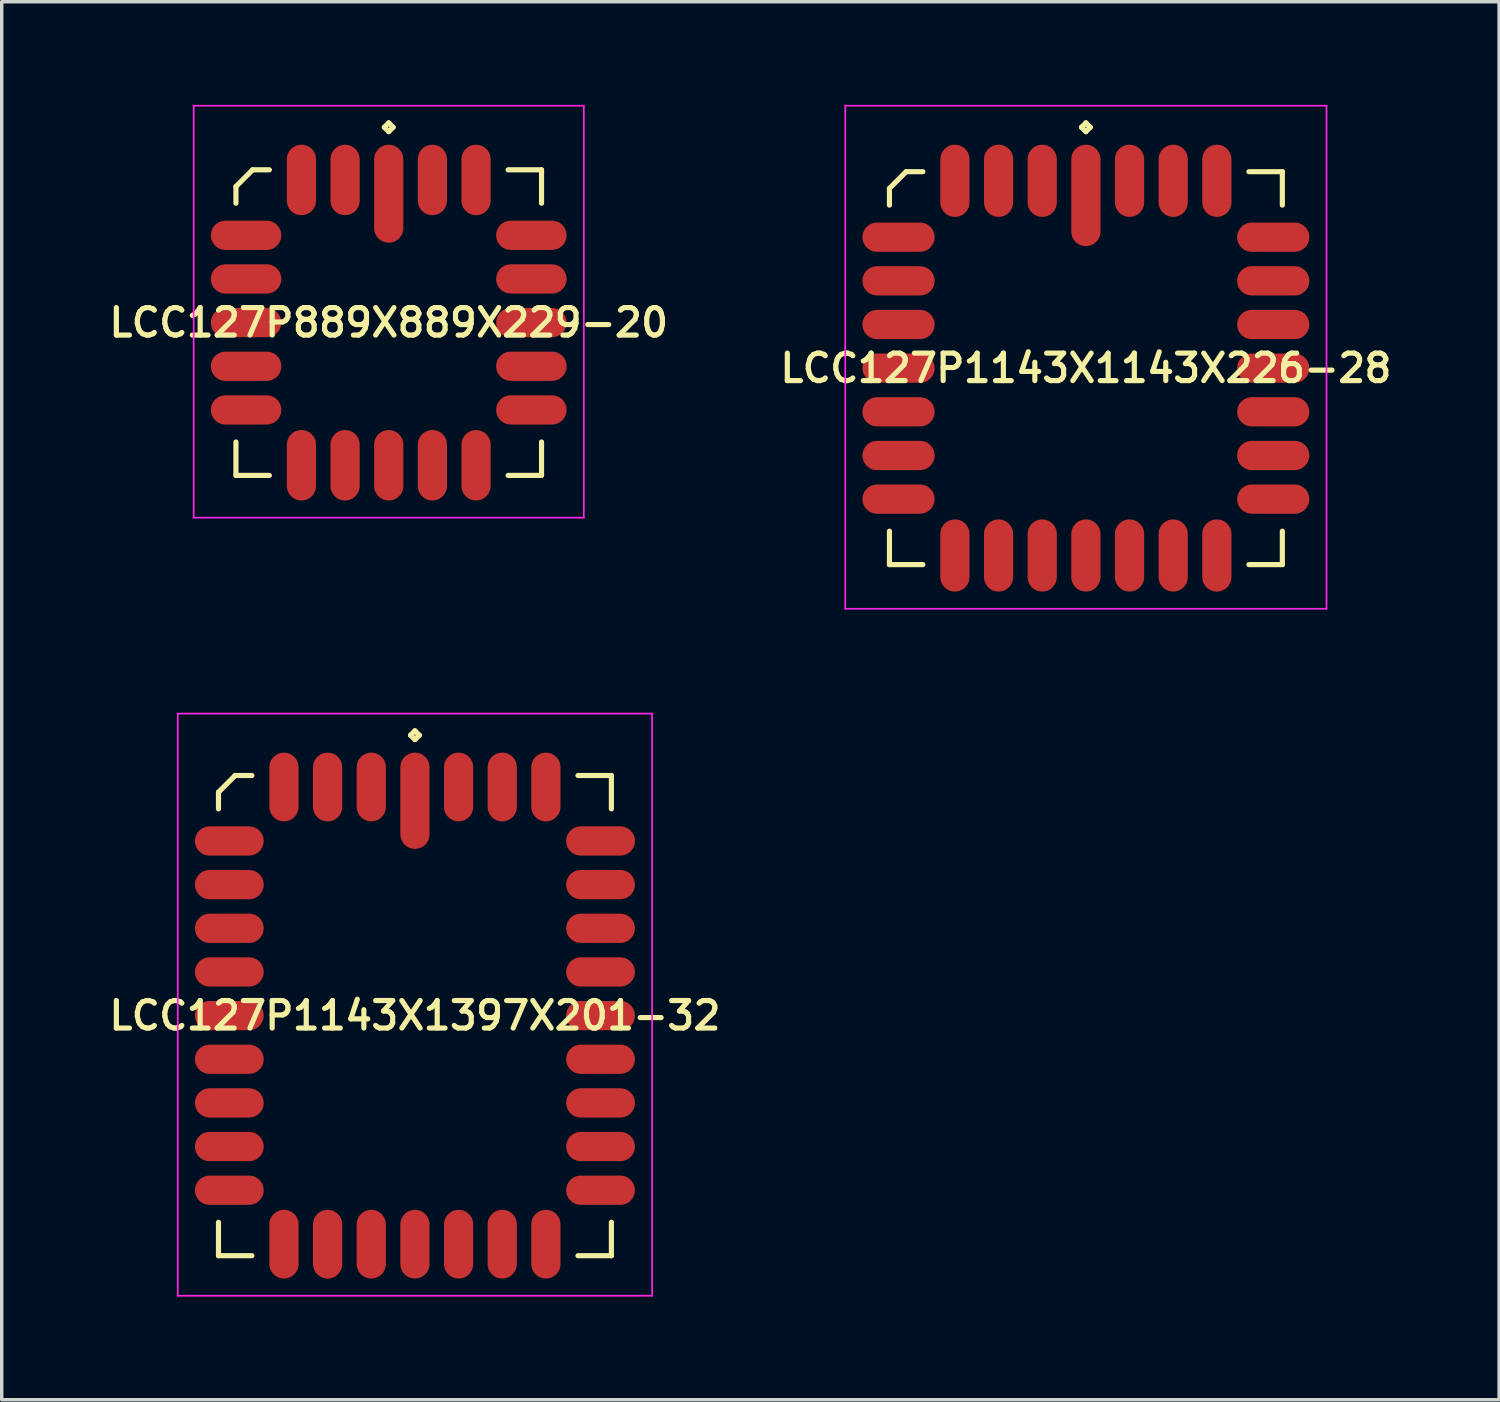
<source format=kicad_pcb>
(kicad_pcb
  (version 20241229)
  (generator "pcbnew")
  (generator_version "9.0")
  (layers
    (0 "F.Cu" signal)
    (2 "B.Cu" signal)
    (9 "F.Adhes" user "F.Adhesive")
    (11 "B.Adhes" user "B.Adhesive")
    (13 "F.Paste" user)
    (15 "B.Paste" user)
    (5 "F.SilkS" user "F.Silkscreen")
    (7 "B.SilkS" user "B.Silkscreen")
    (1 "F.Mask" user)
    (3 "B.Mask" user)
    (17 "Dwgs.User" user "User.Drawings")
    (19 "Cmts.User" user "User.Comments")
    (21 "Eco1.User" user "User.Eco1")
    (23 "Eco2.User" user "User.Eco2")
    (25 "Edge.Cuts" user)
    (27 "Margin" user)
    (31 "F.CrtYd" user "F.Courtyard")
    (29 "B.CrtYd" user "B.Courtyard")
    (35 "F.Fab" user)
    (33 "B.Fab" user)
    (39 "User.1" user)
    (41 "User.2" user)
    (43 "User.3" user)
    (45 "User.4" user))
  (footprint "LCC127P1143X1397X201-32"
    (layer "F.Cu")
    (at 9.021 26.495)
    (property "Reference" "LCC127P1143X1397X201-32" (at 0 0 0) (layer "F.SilkS") (effects (font (size 0.8 0.8) (thickness 0.15))))
    (attr smd)
    (fp_line (start -5.715 -6.499) (end -5.229 -6.985) (stroke (width 0.15) (type solid)) (layer "F.SilkS"))
    (fp_line (start -5.715 -6.013) (end -5.715 -6.499) (stroke (width 0.15) (type solid)) (layer "F.SilkS"))
    (fp_line (start -5.715 6.013) (end -5.715 6.985) (stroke (width 0.15) (type solid)) (layer "F.SilkS"))
    (fp_line (start -5.715 6.985) (end -4.743 6.985) (stroke (width 0.15) (type solid)) (layer "F.SilkS"))
    (fp_line (start -5.229 -6.985) (end -4.743 -6.985) (stroke (width 0.15) (type solid)) (layer "F.SilkS"))
    (fp_line (start -0.127 -8.158) (end 0 -8.285) (stroke (width 0.15) (type solid)) (layer "F.SilkS"))
    (fp_line (start 0 -8.285) (end 0.127 -8.158) (stroke (width 0.15) (type solid)) (layer "F.SilkS"))
    (fp_line (start 0 -8.031) (end -0.127 -8.158) (stroke (width 0.15) (type solid)) (layer "F.SilkS"))
    (fp_line (start 0.127 -8.158) (end 0 -8.031) (stroke (width 0.15) (type solid)) (layer "F.SilkS"))
    (fp_line (start 5.715 -6.985) (end 4.743 -6.985) (stroke (width 0.15) (type solid)) (layer "F.SilkS"))
    (fp_line (start 5.715 -6.013) (end 5.715 -6.985) (stroke (width 0.15) (type solid)) (layer "F.SilkS"))
    (fp_line (start 5.715 6.013) (end 5.715 6.985) (stroke (width 0.15) (type solid)) (layer "F.SilkS"))
    (fp_line (start 5.715 6.985) (end 4.743 6.985) (stroke (width 0.15) (type solid)) (layer "F.SilkS"))
    (fp_line (start -6.9 -8.785) (end 6.9 -8.785) (stroke (width 0.05) (type solid)) (layer "F.CrtYd"))
    (fp_line (start -6.9 8.15) (end -6.9 -8.785) (stroke (width 0.05) (type solid)) (layer "F.CrtYd"))
    (fp_line (start 6.9 -8.785) (end 6.9 8.15) (stroke (width 0.05) (type solid)) (layer "F.CrtYd"))
    (fp_line (start 6.9 8.15) (end -6.9 8.15) (stroke (width 0.05) (type solid)) (layer "F.CrtYd"))
    (pad "1" smd oval (at 0 -6.25) (size 0.85 2.8) (layers "F.Cu" "F.Mask" "F.Paste"))
    (pad "2" smd oval (at -1.27 -6.65) (size 0.85 2) (layers "F.Cu" "F.Mask" "F.Paste"))
    (pad "3" smd oval (at -2.54 -6.65) (size 0.85 2) (layers "F.Cu" "F.Mask" "F.Paste"))
    (pad "4" smd oval (at -3.81 -6.65) (size 0.85 2) (layers "F.Cu" "F.Mask" "F.Paste"))
    (pad "5" smd oval (at -5.4 -5.08) (size 2 0.85) (layers "F.Cu" "F.Mask" "F.Paste"))
    (pad "6" smd oval (at -5.4 -3.81) (size 2 0.85) (layers "F.Cu" "F.Mask" "F.Paste"))
    (pad "7" smd oval (at -5.4 -2.54) (size 2 0.85) (layers "F.Cu" "F.Mask" "F.Paste"))
    (pad "8" smd oval (at -5.4 -1.27) (size 2 0.85) (layers "F.Cu" "F.Mask" "F.Paste"))
    (pad "9" smd oval (at -5.4 0) (size 2 0.85) (layers "F.Cu" "F.Mask" "F.Paste"))
    (pad "10" smd oval (at -5.4 1.27) (size 2 0.85) (layers "F.Cu" "F.Mask" "F.Paste"))
    (pad "11" smd oval (at -5.4 2.54) (size 2 0.85) (layers "F.Cu" "F.Mask" "F.Paste"))
    (pad "12" smd oval (at -5.4 3.81) (size 2 0.85) (layers "F.Cu" "F.Mask" "F.Paste"))
    (pad "13" smd oval (at -5.4 5.08) (size 2 0.85) (layers "F.Cu" "F.Mask" "F.Paste"))
    (pad "14" smd oval (at -3.81 6.65) (size 0.85 2) (layers "F.Cu" "F.Mask" "F.Paste"))
    (pad "15" smd oval (at -2.54 6.65) (size 0.85 2) (layers "F.Cu" "F.Mask" "F.Paste"))
    (pad "16" smd oval (at -1.27 6.65) (size 0.85 2) (layers "F.Cu" "F.Mask" "F.Paste"))
    (pad "17" smd oval (at 0 6.65) (size 0.85 2) (layers "F.Cu" "F.Mask" "F.Paste"))
    (pad "18" smd oval (at 1.27 6.65) (size 0.85 2) (layers "F.Cu" "F.Mask" "F.Paste"))
    (pad "19" smd oval (at 2.54 6.65) (size 0.85 2) (layers "F.Cu" "F.Mask" "F.Paste"))
    (pad "20" smd oval (at 3.81 6.65) (size 0.85 2) (layers "F.Cu" "F.Mask" "F.Paste"))
    (pad "21" smd oval (at 5.4 5.08) (size 2 0.85) (layers "F.Cu" "F.Mask" "F.Paste"))
    (pad "22" smd oval (at 5.4 3.81) (size 2 0.85) (layers "F.Cu" "F.Mask" "F.Paste"))
    (pad "23" smd oval (at 5.4 2.54) (size 2 0.85) (layers "F.Cu" "F.Mask" "F.Paste"))
    (pad "24" smd oval (at 5.4 1.27) (size 2 0.85) (layers "F.Cu" "F.Mask" "F.Paste"))
    (pad "25" smd oval (at 5.4 0) (size 2 0.85) (layers "F.Cu" "F.Mask" "F.Paste"))
    (pad "26" smd oval (at 5.4 -1.27) (size 2 0.85) (layers "F.Cu" "F.Mask" "F.Paste"))
    (pad "27" smd oval (at 5.4 -2.54) (size 2 0.85) (layers "F.Cu" "F.Mask" "F.Paste"))
    (pad "28" smd oval (at 5.4 -3.81) (size 2 0.85) (layers "F.Cu" "F.Mask" "F.Paste"))
    (pad "29" smd oval (at 5.4 -5.08) (size 2 0.85) (layers "F.Cu" "F.Mask" "F.Paste"))
    (pad "30" smd oval (at 3.81 -6.65) (size 0.85 2) (layers "F.Cu" "F.Mask" "F.Paste"))
    (pad "31" smd oval (at 2.54 -6.65) (size 0.85 2) (layers "F.Cu" "F.Mask" "F.Paste"))
    (pad "32" smd oval (at 1.27 -6.65) (size 0.85 2) (layers "F.Cu" "F.Mask" "F.Paste")))
  (footprint "LCC127P1143X1143X226-28"
    (layer "F.Cu")
    (at 28.54 7.66)
    (property "Reference" "LCC127P1143X1143X226-28" (at 0 0 0) (layer "F.SilkS") (effects (font (size 0.8 0.8) (thickness 0.15))))
    (attr smd)
    (fp_line (start -5.715 -5.229) (end -5.229 -5.715) (stroke (width 0.15) (type solid)) (layer "F.SilkS"))
    (fp_line (start -5.715 -4.743) (end -5.715 -5.229) (stroke (width 0.15) (type solid)) (layer "F.SilkS"))
    (fp_line (start -5.715 4.743) (end -5.715 5.715) (stroke (width 0.15) (type solid)) (layer "F.SilkS"))
    (fp_line (start -5.715 5.715) (end -4.743 5.715) (stroke (width 0.15) (type solid)) (layer "F.SilkS"))
    (fp_line (start -5.229 -5.715) (end -4.743 -5.715) (stroke (width 0.15) (type solid)) (layer "F.SilkS"))
    (fp_line (start -0.127 -7.008) (end 0 -7.135) (stroke (width 0.15) (type solid)) (layer "F.SilkS"))
    (fp_line (start 0 -7.135) (end 0.127 -7.008) (stroke (width 0.15) (type solid)) (layer "F.SilkS"))
    (fp_line (start 0 -6.881) (end -0.127 -7.008) (stroke (width 0.15) (type solid)) (layer "F.SilkS"))
    (fp_line (start 0.127 -7.008) (end 0 -6.881) (stroke (width 0.15) (type solid)) (layer "F.SilkS"))
    (fp_line (start 5.715 -5.715) (end 4.743 -5.715) (stroke (width 0.15) (type solid)) (layer "F.SilkS"))
    (fp_line (start 5.715 -4.743) (end 5.715 -5.715) (stroke (width 0.15) (type solid)) (layer "F.SilkS"))
    (fp_line (start 5.715 4.743) (end 5.715 5.715) (stroke (width 0.15) (type solid)) (layer "F.SilkS"))
    (fp_line (start 5.715 5.715) (end 4.743 5.715) (stroke (width 0.15) (type solid)) (layer "F.SilkS"))
    (fp_line (start -7 -7.635) (end 7 -7.635) (stroke (width 0.05) (type solid)) (layer "F.CrtYd"))
    (fp_line (start -7 7) (end -7 -7.635) (stroke (width 0.05) (type solid)) (layer "F.CrtYd"))
    (fp_line (start 7 -7.635) (end 7 7) (stroke (width 0.05) (type solid)) (layer "F.CrtYd"))
    (fp_line (start 7 7) (end -7 7) (stroke (width 0.05) (type solid)) (layer "F.CrtYd"))
    (pad "1" smd oval (at 0 -5.025) (size 0.85 2.95) (layers "F.Cu" "F.Mask" "F.Paste"))
    (pad "2" smd oval (at -1.27 -5.45) (size 0.85 2.1) (layers "F.Cu" "F.Mask" "F.Paste"))
    (pad "3" smd oval (at -2.54 -5.45) (size 0.85 2.1) (layers "F.Cu" "F.Mask" "F.Paste"))
    (pad "4" smd oval (at -3.81 -5.45) (size 0.85 2.1) (layers "F.Cu" "F.Mask" "F.Paste"))
    (pad "5" smd oval (at -5.45 -3.81) (size 2.1 0.85) (layers "F.Cu" "F.Mask" "F.Paste"))
    (pad "6" smd oval (at -5.45 -2.54) (size 2.1 0.85) (layers "F.Cu" "F.Mask" "F.Paste"))
    (pad "7" smd oval (at -5.45 -1.27) (size 2.1 0.85) (layers "F.Cu" "F.Mask" "F.Paste"))
    (pad "8" smd oval (at -5.45 0) (size 2.1 0.85) (layers "F.Cu" "F.Mask" "F.Paste"))
    (pad "9" smd oval (at -5.45 1.27) (size 2.1 0.85) (layers "F.Cu" "F.Mask" "F.Paste"))
    (pad "10" smd oval (at -5.45 2.54) (size 2.1 0.85) (layers "F.Cu" "F.Mask" "F.Paste"))
    (pad "11" smd oval (at -5.45 3.81) (size 2.1 0.85) (layers "F.Cu" "F.Mask" "F.Paste"))
    (pad "12" smd oval (at -3.81 5.45) (size 0.85 2.1) (layers "F.Cu" "F.Mask" "F.Paste"))
    (pad "13" smd oval (at -2.54 5.45) (size 0.85 2.1) (layers "F.Cu" "F.Mask" "F.Paste"))
    (pad "14" smd oval (at -1.27 5.45) (size 0.85 2.1) (layers "F.Cu" "F.Mask" "F.Paste"))
    (pad "15" smd oval (at 0 5.45) (size 0.85 2.1) (layers "F.Cu" "F.Mask" "F.Paste"))
    (pad "16" smd oval (at 1.27 5.45) (size 0.85 2.1) (layers "F.Cu" "F.Mask" "F.Paste"))
    (pad "17" smd oval (at 2.54 5.45) (size 0.85 2.1) (layers "F.Cu" "F.Mask" "F.Paste"))
    (pad "18" smd oval (at 3.81 5.45) (size 0.85 2.1) (layers "F.Cu" "F.Mask" "F.Paste"))
    (pad "19" smd oval (at 5.45 3.81) (size 2.1 0.85) (layers "F.Cu" "F.Mask" "F.Paste"))
    (pad "20" smd oval (at 5.45 2.54) (size 2.1 0.85) (layers "F.Cu" "F.Mask" "F.Paste"))
    (pad "21" smd oval (at 5.45 1.27) (size 2.1 0.85) (layers "F.Cu" "F.Mask" "F.Paste"))
    (pad "22" smd oval (at 5.45 0) (size 2.1 0.85) (layers "F.Cu" "F.Mask" "F.Paste"))
    (pad "23" smd oval (at 5.45 -1.27) (size 2.1 0.85) (layers "F.Cu" "F.Mask" "F.Paste"))
    (pad "24" smd oval (at 5.45 -2.54) (size 2.1 0.85) (layers "F.Cu" "F.Mask" "F.Paste"))
    (pad "25" smd oval (at 5.45 -3.81) (size 2.1 0.85) (layers "F.Cu" "F.Mask" "F.Paste"))
    (pad "26" smd oval (at 3.81 -5.45) (size 0.85 2.1) (layers "F.Cu" "F.Mask" "F.Paste"))
    (pad "27" smd oval (at 2.54 -5.45) (size 0.85 2.1) (layers "F.Cu" "F.Mask" "F.Paste"))
    (pad "28" smd oval (at 1.27 -5.45) (size 0.85 2.1) (layers "F.Cu" "F.Mask" "F.Paste")))
  (footprint "LCC127P889X889X229-20"
    (layer "F.Cu")
    (at 8.259 6.335)
    (property "Reference" "LCC127P889X889X229-20" (at 0 0 0) (layer "F.SilkS") (effects (font (size 0.8 0.8) (thickness 0.15))))
    (attr smd)
    (fp_line (start -4.445 -3.959) (end -3.959 -4.445) (stroke (width 0.15) (type solid)) (layer "F.SilkS"))
    (fp_line (start -4.445 -3.473) (end -4.445 -3.959) (stroke (width 0.15) (type solid)) (layer "F.SilkS"))
    (fp_line (start -4.445 3.473) (end -4.445 4.445) (stroke (width 0.15) (type solid)) (layer "F.SilkS"))
    (fp_line (start -4.445 4.445) (end -3.473 4.445) (stroke (width 0.15) (type solid)) (layer "F.SilkS"))
    (fp_line (start -3.959 -4.445) (end -3.473 -4.445) (stroke (width 0.15) (type solid)) (layer "F.SilkS"))
    (fp_line (start -0.127 -5.683) (end 0 -5.81) (stroke (width 0.15) (type solid)) (layer "F.SilkS"))
    (fp_line (start 0 -5.81) (end 0.127 -5.683) (stroke (width 0.15) (type solid)) (layer "F.SilkS"))
    (fp_line (start 0 -5.556) (end -0.127 -5.683) (stroke (width 0.15) (type solid)) (layer "F.SilkS"))
    (fp_line (start 0.127 -5.683) (end 0 -5.556) (stroke (width 0.15) (type solid)) (layer "F.SilkS"))
    (fp_line (start 4.445 -4.445) (end 3.473 -4.445) (stroke (width 0.15) (type solid)) (layer "F.SilkS"))
    (fp_line (start 4.445 -3.473) (end 4.445 -4.445) (stroke (width 0.15) (type solid)) (layer "F.SilkS"))
    (fp_line (start 4.445 3.473) (end 4.445 4.445) (stroke (width 0.15) (type solid)) (layer "F.SilkS"))
    (fp_line (start 4.445 4.445) (end 3.473 4.445) (stroke (width 0.15) (type solid)) (layer "F.SilkS"))
    (fp_line (start -5.675 -6.31) (end 5.675 -6.31) (stroke (width 0.05) (type solid)) (layer "F.CrtYd"))
    (fp_line (start -5.675 5.675) (end -5.675 -6.31) (stroke (width 0.05) (type solid)) (layer "F.CrtYd"))
    (fp_line (start 5.675 -6.31) (end 5.675 5.675) (stroke (width 0.05) (type solid)) (layer "F.CrtYd"))
    (fp_line (start 5.675 5.675) (end -5.675 5.675) (stroke (width 0.05) (type solid)) (layer "F.CrtYd"))
    (pad "1" smd oval (at 0 -3.75) (size 0.85 2.85) (layers "F.Cu" "F.Mask" "F.Paste"))
    (pad "2" smd oval (at -1.27 -4.15) (size 0.85 2.05) (layers "F.Cu" "F.Mask" "F.Paste"))
    (pad "3" smd oval (at -2.54 -4.15) (size 0.85 2.05) (layers "F.Cu" "F.Mask" "F.Paste"))
    (pad "4" smd oval (at -4.15 -2.54) (size 2.05 0.85) (layers "F.Cu" "F.Mask" "F.Paste"))
    (pad "5" smd oval (at -4.15 -1.27) (size 2.05 0.85) (layers "F.Cu" "F.Mask" "F.Paste"))
    (pad "6" smd oval (at -4.15 0) (size 2.05 0.85) (layers "F.Cu" "F.Mask" "F.Paste"))
    (pad "7" smd oval (at -4.15 1.27) (size 2.05 0.85) (layers "F.Cu" "F.Mask" "F.Paste"))
    (pad "8" smd oval (at -4.15 2.54) (size 2.05 0.85) (layers "F.Cu" "F.Mask" "F.Paste"))
    (pad "9" smd oval (at -2.54 4.15) (size 0.85 2.05) (layers "F.Cu" "F.Mask" "F.Paste"))
    (pad "10" smd oval (at -1.27 4.15) (size 0.85 2.05) (layers "F.Cu" "F.Mask" "F.Paste"))
    (pad "11" smd oval (at 0 4.15) (size 0.85 2.05) (layers "F.Cu" "F.Mask" "F.Paste"))
    (pad "12" smd oval (at 1.27 4.15) (size 0.85 2.05) (layers "F.Cu" "F.Mask" "F.Paste"))
    (pad "13" smd oval (at 2.54 4.15) (size 0.85 2.05) (layers "F.Cu" "F.Mask" "F.Paste"))
    (pad "14" smd oval (at 4.15 2.54) (size 2.05 0.85) (layers "F.Cu" "F.Mask" "F.Paste"))
    (pad "15" smd oval (at 4.15 1.27) (size 2.05 0.85) (layers "F.Cu" "F.Mask" "F.Paste"))
    (pad "16" smd oval (at 4.15 0) (size 2.05 0.85) (layers "F.Cu" "F.Mask" "F.Paste"))
    (pad "17" smd oval (at 4.15 -1.27) (size 2.05 0.85) (layers "F.Cu" "F.Mask" "F.Paste"))
    (pad "18" smd oval (at 4.15 -2.54) (size 2.05 0.85) (layers "F.Cu" "F.Mask" "F.Paste"))
    (pad "19" smd oval (at 2.54 -4.15) (size 0.85 2.05) (layers "F.Cu" "F.Mask" "F.Paste"))
    (pad "20" smd oval (at 1.27 -4.15) (size 0.85 2.05) (layers "F.Cu" "F.Mask" "F.Paste")))
  (gr_rect
    (start -3 -3)
    (end 40.561 37.67)
    (stroke (width 0.1) (type default))
    (fill no)
    (layer "Edge.Cuts")))
</source>
